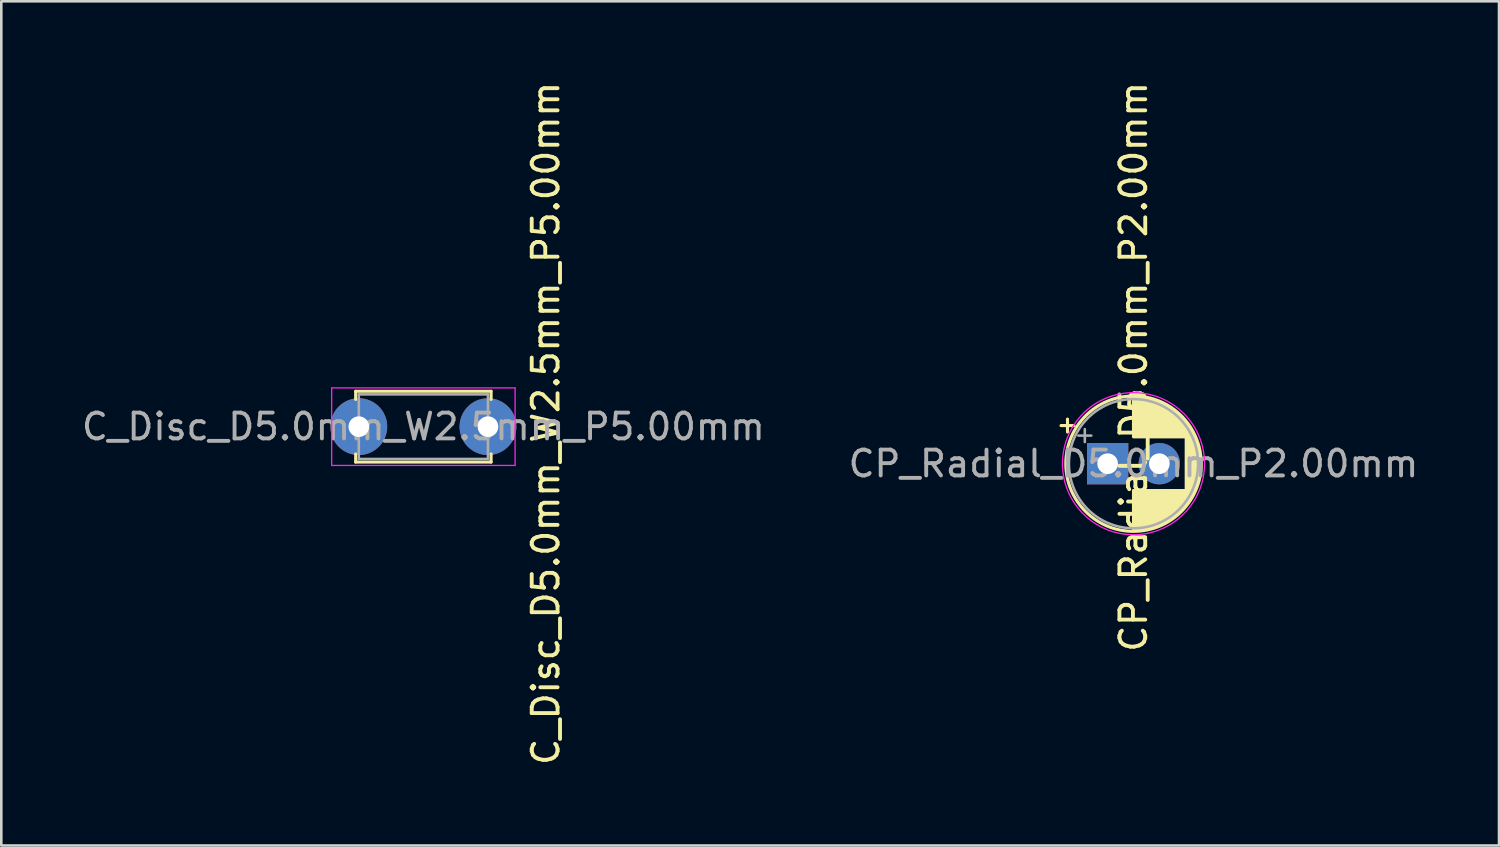
<source format=kicad_pcb>
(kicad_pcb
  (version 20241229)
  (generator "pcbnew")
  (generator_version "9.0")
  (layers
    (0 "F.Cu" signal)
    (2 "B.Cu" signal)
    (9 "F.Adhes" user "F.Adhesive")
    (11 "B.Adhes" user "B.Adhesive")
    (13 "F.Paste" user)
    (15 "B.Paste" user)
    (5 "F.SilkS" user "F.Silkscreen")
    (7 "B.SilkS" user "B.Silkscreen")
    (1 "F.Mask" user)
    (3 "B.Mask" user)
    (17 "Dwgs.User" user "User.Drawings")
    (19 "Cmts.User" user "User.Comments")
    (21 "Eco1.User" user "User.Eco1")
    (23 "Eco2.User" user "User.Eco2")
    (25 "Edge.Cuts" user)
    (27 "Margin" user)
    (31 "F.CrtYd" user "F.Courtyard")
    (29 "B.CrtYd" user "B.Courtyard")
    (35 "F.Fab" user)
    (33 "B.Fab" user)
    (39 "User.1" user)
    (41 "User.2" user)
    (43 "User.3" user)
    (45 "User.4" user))
  (footprint "C_Disc_D5.0mm_W2.5mm_P5.00mm"
    (layer "F.Cu")
    (at 10.839 13.466)
    (property "Reference" "C_Disc_D5.0mm_W2.5mm_P5.00mm" (at 7.239 -0.127 90) (layer "F.SilkS") (effects (font (size 1 1) (thickness 0.15))))
    (attr through_hole)
    (fp_line (start -0.12 -1.37) (end -0.12 -1.055) (stroke (width 0.12) (type solid)) (layer "F.SilkS"))
    (fp_line (start -0.12 -1.37) (end 5.12 -1.37) (stroke (width 0.12) (type solid)) (layer "F.SilkS"))
    (fp_line (start -0.12 1.055) (end -0.12 1.37) (stroke (width 0.12) (type solid)) (layer "F.SilkS"))
    (fp_line (start -0.12 1.37) (end 5.12 1.37) (stroke (width 0.12) (type solid)) (layer "F.SilkS"))
    (fp_line (start 5.12 -1.37) (end 5.12 -1.055) (stroke (width 0.12) (type solid)) (layer "F.SilkS"))
    (fp_line (start 5.12 1.055) (end 5.12 1.37) (stroke (width 0.12) (type solid)) (layer "F.SilkS"))
    (fp_line (start -1.05 -1.5) (end -1.05 1.5) (stroke (width 0.05) (type solid)) (layer "F.CrtYd"))
    (fp_line (start -1.05 1.5) (end 6.05 1.5) (stroke (width 0.05) (type solid)) (layer "F.CrtYd"))
    (fp_line (start 6.05 -1.5) (end -1.05 -1.5) (stroke (width 0.05) (type solid)) (layer "F.CrtYd"))
    (fp_line (start 6.05 1.5) (end 6.05 -1.5) (stroke (width 0.05) (type solid)) (layer "F.CrtYd"))
    (fp_line (start 0 -1.25) (end 0 1.25) (stroke (width 0.1) (type solid)) (layer "F.Fab"))
    (fp_line (start 0 1.25) (end 5 1.25) (stroke (width 0.1) (type solid)) (layer "F.Fab"))
    (fp_line (start 5 -1.25) (end 0 -1.25) (stroke (width 0.1) (type solid)) (layer "F.Fab"))
    (fp_line (start 5 1.25) (end 5 -1.25) (stroke (width 0.1) (type solid)) (layer "F.Fab"))
    (fp_text user "${REFERENCE}" (at 2.5 0 0) (layer "F.Fab") (effects (font (size 1 1) (thickness 0.15))))
    (pad "1" thru_hole circle (at 0 0) (size 2.2 2.2) (drill 0.8) (layers "*.Cu" "*.Mask"))
    (pad "2" thru_hole circle (at 5 0) (size 2.2 2.2) (drill 0.8) (layers "*.Cu" "*.Mask")))
  (footprint "CP_Radial_D5.0mm_P2.00mm"
    (layer "F.Cu")
    (at 39.827 14.899)
    (property "Reference" "CP_Radial_D5.0mm_P2.00mm" (at 1 -3.75 90) (layer "F.SilkS") (effects (font (size 1 1) (thickness 0.15))))
    (attr through_hole)
    (fp_line (start -1.805 -1.475) (end -1.305 -1.475) (stroke (width 0.12) (type solid)) (layer "F.SilkS"))
    (fp_line (start -1.555 -1.725) (end -1.555 -1.225) (stroke (width 0.12) (type solid)) (layer "F.SilkS"))
    (fp_line (start 1 -2.58) (end 1 -1.04) (stroke (width 0.12) (type solid)) (layer "F.SilkS"))
    (fp_line (start 1 1.04) (end 1 2.58) (stroke (width 0.12) (type solid)) (layer "F.SilkS"))
    (fp_line (start 1.04 -2.58) (end 1.04 -1.04) (stroke (width 0.12) (type solid)) (layer "F.SilkS"))
    (fp_line (start 1.04 1.04) (end 1.04 2.58) (stroke (width 0.12) (type solid)) (layer "F.SilkS"))
    (fp_line (start 1.08 -2.579) (end 1.08 -1.04) (stroke (width 0.12) (type solid)) (layer "F.SilkS"))
    (fp_line (start 1.08 1.04) (end 1.08 2.579) (stroke (width 0.12) (type solid)) (layer "F.SilkS"))
    (fp_line (start 1.12 -2.578) (end 1.12 -1.04) (stroke (width 0.12) (type solid)) (layer "F.SilkS"))
    (fp_line (start 1.12 1.04) (end 1.12 2.578) (stroke (width 0.12) (type solid)) (layer "F.SilkS"))
    (fp_line (start 1.16 -2.576) (end 1.16 -1.04) (stroke (width 0.12) (type solid)) (layer "F.SilkS"))
    (fp_line (start 1.16 1.04) (end 1.16 2.576) (stroke (width 0.12) (type solid)) (layer "F.SilkS"))
    (fp_line (start 1.2 -2.573) (end 1.2 -1.04) (stroke (width 0.12) (type solid)) (layer "F.SilkS"))
    (fp_line (start 1.2 1.04) (end 1.2 2.573) (stroke (width 0.12) (type solid)) (layer "F.SilkS"))
    (fp_line (start 1.24 -2.569) (end 1.24 -1.04) (stroke (width 0.12) (type solid)) (layer "F.SilkS"))
    (fp_line (start 1.24 1.04) (end 1.24 2.569) (stroke (width 0.12) (type solid)) (layer "F.SilkS"))
    (fp_line (start 1.28 -2.565) (end 1.28 -1.04) (stroke (width 0.12) (type solid)) (layer "F.SilkS"))
    (fp_line (start 1.28 1.04) (end 1.28 2.565) (stroke (width 0.12) (type solid)) (layer "F.SilkS"))
    (fp_line (start 1.32 -2.561) (end 1.32 -1.04) (stroke (width 0.12) (type solid)) (layer "F.SilkS"))
    (fp_line (start 1.32 1.04) (end 1.32 2.561) (stroke (width 0.12) (type solid)) (layer "F.SilkS"))
    (fp_line (start 1.36 -2.556) (end 1.36 -1.04) (stroke (width 0.12) (type solid)) (layer "F.SilkS"))
    (fp_line (start 1.36 1.04) (end 1.36 2.556) (stroke (width 0.12) (type solid)) (layer "F.SilkS"))
    (fp_line (start 1.4 -2.55) (end 1.4 -1.04) (stroke (width 0.12) (type solid)) (layer "F.SilkS"))
    (fp_line (start 1.4 1.04) (end 1.4 2.55) (stroke (width 0.12) (type solid)) (layer "F.SilkS"))
    (fp_line (start 1.44 -2.543) (end 1.44 -1.04) (stroke (width 0.12) (type solid)) (layer "F.SilkS"))
    (fp_line (start 1.44 1.04) (end 1.44 2.543) (stroke (width 0.12) (type solid)) (layer "F.SilkS"))
    (fp_line (start 1.48 -2.536) (end 1.48 -1.04) (stroke (width 0.12) (type solid)) (layer "F.SilkS"))
    (fp_line (start 1.48 1.04) (end 1.48 2.536) (stroke (width 0.12) (type solid)) (layer "F.SilkS"))
    (fp_line (start 1.52 -2.528) (end 1.52 -1.04) (stroke (width 0.12) (type solid)) (layer "F.SilkS"))
    (fp_line (start 1.52 1.04) (end 1.52 2.528) (stroke (width 0.12) (type solid)) (layer "F.SilkS"))
    (fp_line (start 1.56 -2.52) (end 1.56 -1.04) (stroke (width 0.12) (type solid)) (layer "F.SilkS"))
    (fp_line (start 1.56 1.04) (end 1.56 2.52) (stroke (width 0.12) (type solid)) (layer "F.SilkS"))
    (fp_line (start 1.6 -2.511) (end 1.6 -1.04) (stroke (width 0.12) (type solid)) (layer "F.SilkS"))
    (fp_line (start 1.6 1.04) (end 1.6 2.511) (stroke (width 0.12) (type solid)) (layer "F.SilkS"))
    (fp_line (start 1.64 -2.501) (end 1.64 -1.04) (stroke (width 0.12) (type solid)) (layer "F.SilkS"))
    (fp_line (start 1.64 1.04) (end 1.64 2.501) (stroke (width 0.12) (type solid)) (layer "F.SilkS"))
    (fp_line (start 1.68 -2.491) (end 1.68 -1.04) (stroke (width 0.12) (type solid)) (layer "F.SilkS"))
    (fp_line (start 1.68 1.04) (end 1.68 2.491) (stroke (width 0.12) (type solid)) (layer "F.SilkS"))
    (fp_line (start 1.721 -2.48) (end 1.721 -1.04) (stroke (width 0.12) (type solid)) (layer "F.SilkS"))
    (fp_line (start 1.721 1.04) (end 1.721 2.48) (stroke (width 0.12) (type solid)) (layer "F.SilkS"))
    (fp_line (start 1.761 -2.468) (end 1.761 -1.04) (stroke (width 0.12) (type solid)) (layer "F.SilkS"))
    (fp_line (start 1.761 1.04) (end 1.761 2.468) (stroke (width 0.12) (type solid)) (layer "F.SilkS"))
    (fp_line (start 1.801 -2.455) (end 1.801 -1.04) (stroke (width 0.12) (type solid)) (layer "F.SilkS"))
    (fp_line (start 1.801 1.04) (end 1.801 2.455) (stroke (width 0.12) (type solid)) (layer "F.SilkS"))
    (fp_line (start 1.841 -2.442) (end 1.841 -1.04) (stroke (width 0.12) (type solid)) (layer "F.SilkS"))
    (fp_line (start 1.841 1.04) (end 1.841 2.442) (stroke (width 0.12) (type solid)) (layer "F.SilkS"))
    (fp_line (start 1.881 -2.428) (end 1.881 -1.04) (stroke (width 0.12) (type solid)) (layer "F.SilkS"))
    (fp_line (start 1.881 1.04) (end 1.881 2.428) (stroke (width 0.12) (type solid)) (layer "F.SilkS"))
    (fp_line (start 1.921 -2.414) (end 1.921 -1.04) (stroke (width 0.12) (type solid)) (layer "F.SilkS"))
    (fp_line (start 1.921 1.04) (end 1.921 2.414) (stroke (width 0.12) (type solid)) (layer "F.SilkS"))
    (fp_line (start 1.961 -2.398) (end 1.961 -1.04) (stroke (width 0.12) (type solid)) (layer "F.SilkS"))
    (fp_line (start 1.961 1.04) (end 1.961 2.398) (stroke (width 0.12) (type solid)) (layer "F.SilkS"))
    (fp_line (start 2.001 -2.382) (end 2.001 -1.04) (stroke (width 0.12) (type solid)) (layer "F.SilkS"))
    (fp_line (start 2.001 1.04) (end 2.001 2.382) (stroke (width 0.12) (type solid)) (layer "F.SilkS"))
    (fp_line (start 2.041 -2.365) (end 2.041 -1.04) (stroke (width 0.12) (type solid)) (layer "F.SilkS"))
    (fp_line (start 2.041 1.04) (end 2.041 2.365) (stroke (width 0.12) (type solid)) (layer "F.SilkS"))
    (fp_line (start 2.081 -2.348) (end 2.081 -1.04) (stroke (width 0.12) (type solid)) (layer "F.SilkS"))
    (fp_line (start 2.081 1.04) (end 2.081 2.348) (stroke (width 0.12) (type solid)) (layer "F.SilkS"))
    (fp_line (start 2.121 -2.329) (end 2.121 -1.04) (stroke (width 0.12) (type solid)) (layer "F.SilkS"))
    (fp_line (start 2.121 1.04) (end 2.121 2.329) (stroke (width 0.12) (type solid)) (layer "F.SilkS"))
    (fp_line (start 2.161 -2.31) (end 2.161 -1.04) (stroke (width 0.12) (type solid)) (layer "F.SilkS"))
    (fp_line (start 2.161 1.04) (end 2.161 2.31) (stroke (width 0.12) (type solid)) (layer "F.SilkS"))
    (fp_line (start 2.201 -2.29) (end 2.201 -1.04) (stroke (width 0.12) (type solid)) (layer "F.SilkS"))
    (fp_line (start 2.201 1.04) (end 2.201 2.29) (stroke (width 0.12) (type solid)) (layer "F.SilkS"))
    (fp_line (start 2.241 -2.268) (end 2.241 -1.04) (stroke (width 0.12) (type solid)) (layer "F.SilkS"))
    (fp_line (start 2.241 1.04) (end 2.241 2.268) (stroke (width 0.12) (type solid)) (layer "F.SilkS"))
    (fp_line (start 2.281 -2.247) (end 2.281 -1.04) (stroke (width 0.12) (type solid)) (layer "F.SilkS"))
    (fp_line (start 2.281 1.04) (end 2.281 2.247) (stroke (width 0.12) (type solid)) (layer "F.SilkS"))
    (fp_line (start 2.321 -2.224) (end 2.321 -1.04) (stroke (width 0.12) (type solid)) (layer "F.SilkS"))
    (fp_line (start 2.321 1.04) (end 2.321 2.224) (stroke (width 0.12) (type solid)) (layer "F.SilkS"))
    (fp_line (start 2.361 -2.2) (end 2.361 -1.04) (stroke (width 0.12) (type solid)) (layer "F.SilkS"))
    (fp_line (start 2.361 1.04) (end 2.361 2.2) (stroke (width 0.12) (type solid)) (layer "F.SilkS"))
    (fp_line (start 2.401 -2.175) (end 2.401 -1.04) (stroke (width 0.12) (type solid)) (layer "F.SilkS"))
    (fp_line (start 2.401 1.04) (end 2.401 2.175) (stroke (width 0.12) (type solid)) (layer "F.SilkS"))
    (fp_line (start 2.441 -2.149) (end 2.441 -1.04) (stroke (width 0.12) (type solid)) (layer "F.SilkS"))
    (fp_line (start 2.441 1.04) (end 2.441 2.149) (stroke (width 0.12) (type solid)) (layer "F.SilkS"))
    (fp_line (start 2.481 -2.122) (end 2.481 -1.04) (stroke (width 0.12) (type solid)) (layer "F.SilkS"))
    (fp_line (start 2.481 1.04) (end 2.481 2.122) (stroke (width 0.12) (type solid)) (layer "F.SilkS"))
    (fp_line (start 2.521 -2.095) (end 2.521 -1.04) (stroke (width 0.12) (type solid)) (layer "F.SilkS"))
    (fp_line (start 2.521 1.04) (end 2.521 2.095) (stroke (width 0.12) (type solid)) (layer "F.SilkS"))
    (fp_line (start 2.561 -2.065) (end 2.561 -1.04) (stroke (width 0.12) (type solid)) (layer "F.SilkS"))
    (fp_line (start 2.561 1.04) (end 2.561 2.065) (stroke (width 0.12) (type solid)) (layer "F.SilkS"))
    (fp_line (start 2.601 -2.035) (end 2.601 -1.04) (stroke (width 0.12) (type solid)) (layer "F.SilkS"))
    (fp_line (start 2.601 1.04) (end 2.601 2.035) (stroke (width 0.12) (type solid)) (layer "F.SilkS"))
    (fp_line (start 2.641 -2.004) (end 2.641 -1.04) (stroke (width 0.12) (type solid)) (layer "F.SilkS"))
    (fp_line (start 2.641 1.04) (end 2.641 2.004) (stroke (width 0.12) (type solid)) (layer "F.SilkS"))
    (fp_line (start 2.681 -1.971) (end 2.681 -1.04) (stroke (width 0.12) (type solid)) (layer "F.SilkS"))
    (fp_line (start 2.681 1.04) (end 2.681 1.971) (stroke (width 0.12) (type solid)) (layer "F.SilkS"))
    (fp_line (start 2.721 -1.937) (end 2.721 -1.04) (stroke (width 0.12) (type solid)) (layer "F.SilkS"))
    (fp_line (start 2.721 1.04) (end 2.721 1.937) (stroke (width 0.12) (type solid)) (layer "F.SilkS"))
    (fp_line (start 2.761 -1.901) (end 2.761 -1.04) (stroke (width 0.12) (type solid)) (layer "F.SilkS"))
    (fp_line (start 2.761 1.04) (end 2.761 1.901) (stroke (width 0.12) (type solid)) (layer "F.SilkS"))
    (fp_line (start 2.801 -1.864) (end 2.801 -1.04) (stroke (width 0.12) (type solid)) (layer "F.SilkS"))
    (fp_line (start 2.801 1.04) (end 2.801 1.864) (stroke (width 0.12) (type solid)) (layer "F.SilkS"))
    (fp_line (start 2.841 -1.826) (end 2.841 -1.04) (stroke (width 0.12) (type solid)) (layer "F.SilkS"))
    (fp_line (start 2.841 1.04) (end 2.841 1.826) (stroke (width 0.12) (type solid)) (layer "F.SilkS"))
    (fp_line (start 2.881 -1.785) (end 2.881 -1.04) (stroke (width 0.12) (type solid)) (layer "F.SilkS"))
    (fp_line (start 2.881 1.04) (end 2.881 1.785) (stroke (width 0.12) (type solid)) (layer "F.SilkS"))
    (fp_line (start 2.921 -1.743) (end 2.921 -1.04) (stroke (width 0.12) (type solid)) (layer "F.SilkS"))
    (fp_line (start 2.921 1.04) (end 2.921 1.743) (stroke (width 0.12) (type solid)) (layer "F.SilkS"))
    (fp_line (start 2.961 -1.699) (end 2.961 -1.04) (stroke (width 0.12) (type solid)) (layer "F.SilkS"))
    (fp_line (start 2.961 1.04) (end 2.961 1.699) (stroke (width 0.12) (type solid)) (layer "F.SilkS"))
    (fp_line (start 3.001 -1.653) (end 3.001 -1.04) (stroke (width 0.12) (type solid)) (layer "F.SilkS"))
    (fp_line (start 3.001 1.04) (end 3.001 1.653) (stroke (width 0.12) (type solid)) (layer "F.SilkS"))
    (fp_line (start 3.041 -1.605) (end 3.041 1.605) (stroke (width 0.12) (type solid)) (layer "F.SilkS"))
    (fp_line (start 3.081 -1.554) (end 3.081 1.554) (stroke (width 0.12) (type solid)) (layer "F.SilkS"))
    (fp_line (start 3.121 -1.5) (end 3.121 1.5) (stroke (width 0.12) (type solid)) (layer "F.SilkS"))
    (fp_line (start 3.161 -1.443) (end 3.161 1.443) (stroke (width 0.12) (type solid)) (layer "F.SilkS"))
    (fp_line (start 3.201 -1.383) (end 3.201 1.383) (stroke (width 0.12) (type solid)) (layer "F.SilkS"))
    (fp_line (start 3.241 -1.319) (end 3.241 1.319) (stroke (width 0.12) (type solid)) (layer "F.SilkS"))
    (fp_line (start 3.281 -1.251) (end 3.281 1.251) (stroke (width 0.12) (type solid)) (layer "F.SilkS"))
    (fp_line (start 3.321 -1.178) (end 3.321 1.178) (stroke (width 0.12) (type solid)) (layer "F.SilkS"))
    (fp_line (start 3.361 -1.098) (end 3.361 1.098) (stroke (width 0.12) (type solid)) (layer "F.SilkS"))
    (fp_line (start 3.401 -1.011) (end 3.401 1.011) (stroke (width 0.12) (type solid)) (layer "F.SilkS"))
    (fp_line (start 3.441 -0.915) (end 3.441 0.915) (stroke (width 0.12) (type solid)) (layer "F.SilkS"))
    (fp_line (start 3.481 -0.805) (end 3.481 0.805) (stroke (width 0.12) (type solid)) (layer "F.SilkS"))
    (fp_line (start 3.521 -0.677) (end 3.521 0.677) (stroke (width 0.12) (type solid)) (layer "F.SilkS"))
    (fp_line (start 3.561 -0.518) (end 3.561 0.518) (stroke (width 0.12) (type solid)) (layer "F.SilkS"))
    (fp_line (start 3.601 -0.284) (end 3.601 0.284) (stroke (width 0.12) (type solid)) (layer "F.SilkS"))
    (fp_circle (center 1 0) (end 3.62 0) (stroke (width 0.12) (type solid)) (fill no) (layer "F.SilkS"))
    (fp_circle (center 1 0) (end 3.75 0) (stroke (width 0.05) (type solid)) (fill no) (layer "F.CrtYd"))
    (fp_line (start -1.134 -1.087) (end -0.634 -1.087) (stroke (width 0.1) (type solid)) (layer "F.Fab"))
    (fp_line (start -0.884 -1.337) (end -0.884 -0.838) (stroke (width 0.1) (type solid)) (layer "F.Fab"))
    (fp_circle (center 1 0) (end 3.5 0) (stroke (width 0.1) (type solid)) (fill no) (layer "F.Fab"))
    (fp_text user "${REFERENCE}" (at 1 0 0) (layer "F.Fab") (effects (font (size 1 1) (thickness 0.15))))
    (pad "1" thru_hole rect (at 0 0) (size 1.6 1.6) (drill 0.8) (layers "*.Cu" "*.Mask"))
    (pad "2" thru_hole circle (at 2 0) (size 1.6 1.6) (drill 0.8) (layers "*.Cu" "*.Mask")))
  (gr_rect
    (start -3 -3)
    (end 54.976 29.679)
    (stroke (width 0.1) (type default))
    (fill no)
    (layer "Edge.Cuts")))
</source>
